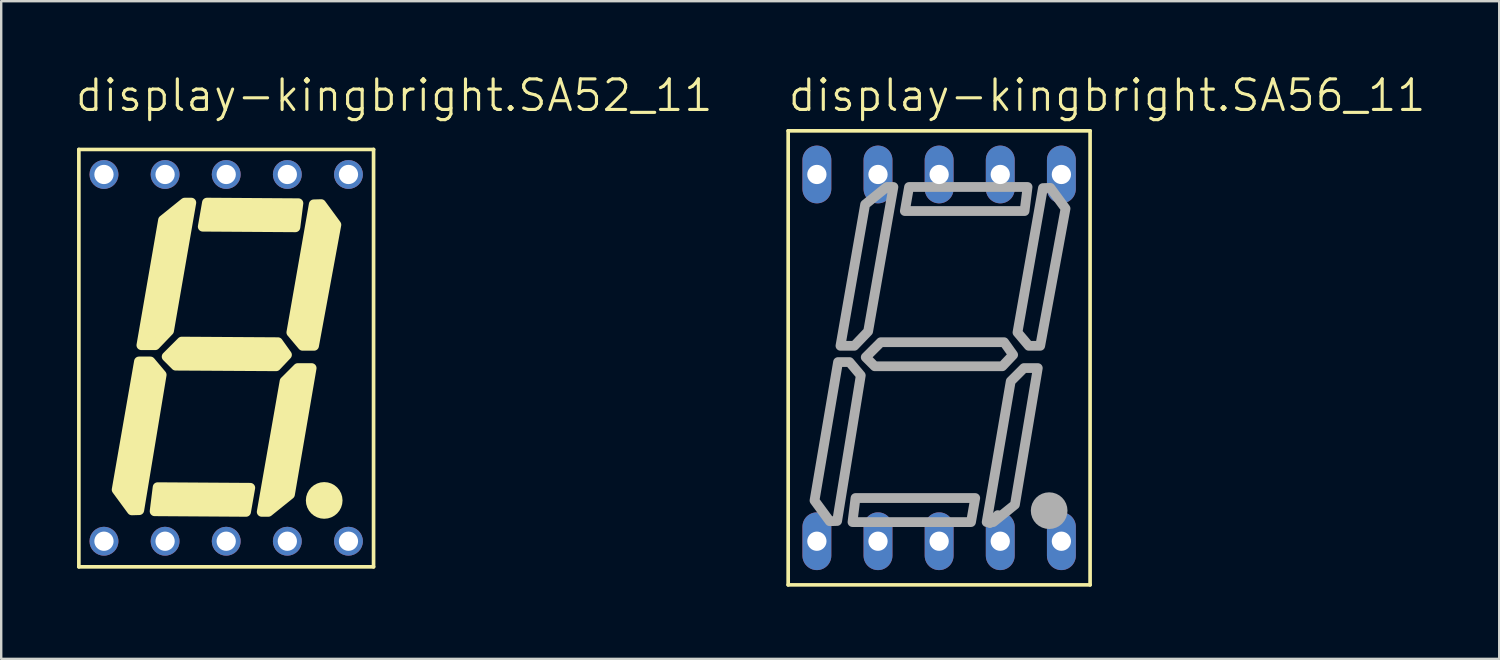
<source format=kicad_pcb>
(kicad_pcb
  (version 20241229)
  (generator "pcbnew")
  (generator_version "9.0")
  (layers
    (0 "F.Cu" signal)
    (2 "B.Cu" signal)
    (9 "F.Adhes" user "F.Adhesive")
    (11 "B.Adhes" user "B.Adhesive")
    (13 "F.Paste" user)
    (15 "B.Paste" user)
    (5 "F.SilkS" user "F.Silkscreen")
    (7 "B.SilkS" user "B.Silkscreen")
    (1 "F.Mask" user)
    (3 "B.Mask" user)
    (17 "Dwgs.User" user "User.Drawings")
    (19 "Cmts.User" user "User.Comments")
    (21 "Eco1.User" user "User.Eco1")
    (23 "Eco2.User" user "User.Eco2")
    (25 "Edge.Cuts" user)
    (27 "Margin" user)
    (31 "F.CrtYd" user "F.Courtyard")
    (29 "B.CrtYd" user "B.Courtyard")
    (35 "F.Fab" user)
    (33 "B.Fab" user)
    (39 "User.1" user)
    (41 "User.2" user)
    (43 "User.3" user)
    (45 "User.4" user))
  (footprint "display-kingbright.SA52_11"
    (layer "F.Cu")
    (at 6.35 11.82)
    (property "Reference" "display-kingbright.SA52_11" (at -6.35 -10.16 0) (layer "F.SilkS") (effects (font (size 1.27 1.27) (thickness 0.13)) (justify left bottom)))
    (attr through_hole)
    (fp_line (start -6.123 -8.659) (end -6.123 8.684) (stroke (width 0.152) (type default)) (layer "F.SilkS"))
    (fp_line (start -6.123 -8.659) (end 6.123 -8.659) (stroke (width 0.152) (type default)) (layer "F.SilkS"))
    (fp_line (start 6.123 8.684) (end -6.123 8.684) (stroke (width 0.152) (type default)) (layer "F.SilkS"))
    (fp_line (start 6.123 8.684) (end 6.123 -8.659) (stroke (width 0.152) (type default)) (layer "F.SilkS"))
    (fp_circle (center 4.072 5.925) (end 4.453 5.925) (stroke (width 0.762) (type default)) (fill no) (layer "F.SilkS"))
    (fp_poly (pts (xy -0.975 -5.45) (xy -0.8 -6.45) (xy 3 -6.425) (xy 2.875 -5.425)) (stroke (width 0.406) (type default)) (fill yes) (layer "F.SilkS"))
    (fp_poly (pts (xy 1 5.4) (xy 0.825 6.4) (xy -2.975 6.375) (xy -2.85 5.375)) (stroke (width 0.406) (type default)) (fill yes) (layer "F.SilkS"))
    (fp_poly (pts (xy -2.682 0.706) (xy -3.613 6.329) (xy -3.922 6.338) (xy -4.553 5.479) (xy -3.625 0.15) (xy -3.15 0.15)) (stroke (width 0.406) (type default)) (fill yes) (layer "F.SilkS"))
    (fp_poly (pts (xy -2.475 -0.05) (xy -1.85 -0.675) (xy 2.15 -0.65) (xy 2.525 -0.125) (xy 2.075 0.35) (xy -2.1 0.325)) (stroke (width 0.406) (type default)) (fill yes) (layer "F.SilkS"))
    (fp_poly (pts (xy -2.375 -1.125) (xy -1.45 -6.45) (xy -1.725 -6.45) (xy -2.625 -5.725) (xy -3.525 -0.525) (xy -2.95 -0.525)) (stroke (width 0.406) (type default)) (fill yes) (layer "F.SilkS"))
    (fp_poly (pts (xy 2.425 0.975) (xy 1.475 6.4) (xy 1.75 6.4) (xy 2.65 5.675) (xy 3.55 0.425) (xy 2.975 0.425)) (stroke (width 0.406) (type default)) (fill yes) (layer "F.SilkS"))
    (fp_poly (pts (xy 2.707 -1.056) (xy 3.638 -6.379) (xy 3.947 -6.388) (xy 4.578 -5.529) (xy 3.65 -0.5) (xy 3.175 -0.5)) (stroke (width 0.406) (type default)) (fill yes) (layer "F.SilkS"))
    (pad "1" thru_hole circle (at -5.08 7.62 90) (size 1.2 1.2) (drill 0.8) (layers "*.Cu" "*.Mask"))
    (pad "2" thru_hole circle (at -2.54 7.62 90) (size 1.2 1.2) (drill 0.8) (layers "*.Cu" "*.Mask"))
    (pad "3" thru_hole circle (at 0 7.62 90) (size 1.2 1.2) (drill 0.8) (layers "*.Cu" "*.Mask"))
    (pad "4" thru_hole circle (at 2.54 7.62 90) (size 1.2 1.2) (drill 0.8) (layers "*.Cu" "*.Mask"))
    (pad "5" thru_hole circle (at 5.08 7.62 90) (size 1.2 1.2) (drill 0.8) (layers "*.Cu" "*.Mask"))
    (pad "6" thru_hole circle (at 5.08 -7.62 90) (size 1.2 1.2) (drill 0.8) (layers "*.Cu" "*.Mask"))
    (pad "7" thru_hole circle (at 2.54 -7.62 90) (size 1.2 1.2) (drill 0.8) (layers "*.Cu" "*.Mask"))
    (pad "8" thru_hole circle (at 0 -7.62 90) (size 1.2 1.2) (drill 0.8) (layers "*.Cu" "*.Mask"))
    (pad "9" thru_hole circle (at -2.54 -7.62 90) (size 1.2 1.2) (drill 0.8) (layers "*.Cu" "*.Mask"))
    (pad "10" thru_hole circle (at -5.08 -7.62 90) (size 1.2 1.2) (drill 0.8) (layers "*.Cu" "*.Mask")))
  (footprint "display-kingbright.SA56_11"
    (layer "F.Cu")
    (at 35.975 11.82)
    (property "Reference" "display-kingbright.SA56_11" (at -6.35 -10.16 0) (layer "F.SilkS") (effects (font (size 1.27 1.27) (thickness 0.13)) (justify left bottom)))
    (attr through_hole)
    (fp_line (start -6.273 -9.434) (end -6.273 9.434) (stroke (width 0.152) (type default)) (layer "F.SilkS"))
    (fp_line (start -6.273 -9.434) (end 6.273 -9.434) (stroke (width 0.152) (type default)) (layer "F.SilkS"))
    (fp_line (start 6.273 9.434) (end -6.273 9.434) (stroke (width 0.152) (type default)) (layer "F.SilkS"))
    (fp_line (start 6.273 9.434) (end 6.273 -9.434) (stroke (width 0.152) (type default)) (layer "F.SilkS"))
    (fp_line (start 2.437 6.536) (end 2.107 6.866) (stroke (width 0.406) (type default)) (layer "F.Fab"))
    (fp_circle (center 4.572 6.35) (end 4.953 6.35) (stroke (width 0.762) (type default)) (fill no) (layer "F.Fab"))
    (fp_poly (pts (xy -1.425 -6.1) (xy -1.25 -7.1) (xy 3.675 -7.1) (xy 3.55 -6.1)) (stroke (width 0.406) (type default)) (fill no) (layer "F.Fab"))
    (fp_poly (pts (xy 1.5 5.825) (xy 1.325 6.825) (xy -3.6 6.825) (xy -3.475 5.825)) (stroke (width 0.406) (type default)) (fill no) (layer "F.Fab"))
    (fp_poly (pts (xy -3.256 0.731) (xy -4.238 6.779) (xy -4.547 6.788) (xy -5.178 5.929) (xy -4.2 0.175) (xy -3.725 0.175)) (stroke (width 0.406) (type default)) (fill no) (layer "F.Fab"))
    (fp_poly (pts (xy -3.05 -0.025) (xy -2.425 -0.65) (xy 2.7 -0.65) (xy 3.075 -0.125) (xy 2.625 0.35) (xy -2.675 0.35)) (stroke (width 0.406) (type default)) (fill no) (layer "F.Fab"))
    (fp_poly (pts (xy -2.95 -1.1) (xy -1.9 -7.1) (xy -2.175 -7.1) (xy -3.075 -6.375) (xy -4.1 -0.5) (xy -3.525 -0.5)) (stroke (width 0.406) (type default)) (fill no) (layer "F.Fab"))
    (fp_poly (pts (xy 2.975 0.975) (xy 1.975 6.825) (xy 2.25 6.825) (xy 3.15 6.1) (xy 4.1 0.425) (xy 3.525 0.425)) (stroke (width 0.406) (type default)) (fill no) (layer "F.Fab"))
    (fp_poly (pts (xy 3.256 -1.056) (xy 4.313 -7.054) (xy 4.622 -7.063) (xy 5.253 -6.204) (xy 4.2 -0.5) (xy 3.725 -0.5)) (stroke (width 0.406) (type default)) (fill no) (layer "F.Fab"))
    (pad "1" thru_hole oval (at -5.08 7.62 90) (size 2.4 1.2) (drill 0.8) (layers "*.Cu" "*.Mask"))
    (pad "2" thru_hole oval (at -2.54 7.62 90) (size 2.4 1.2) (drill 0.8) (layers "*.Cu" "*.Mask"))
    (pad "3" thru_hole oval (at 0 7.62 90) (size 2.4 1.2) (drill 0.8) (layers "*.Cu" "*.Mask"))
    (pad "4" thru_hole oval (at 2.54 7.62 90) (size 2.4 1.2) (drill 0.8) (layers "*.Cu" "*.Mask"))
    (pad "5" thru_hole oval (at 5.08 7.62 90) (size 2.4 1.2) (drill 0.8) (layers "*.Cu" "*.Mask"))
    (pad "6" thru_hole oval (at 5.08 -7.62 90) (size 2.4 1.2) (drill 0.8) (layers "*.Cu" "*.Mask"))
    (pad "7" thru_hole oval (at 2.54 -7.62 90) (size 2.4 1.2) (drill 0.8) (layers "*.Cu" "*.Mask"))
    (pad "8" thru_hole oval (at 0 -7.62 90) (size 2.4 1.2) (drill 0.8) (layers "*.Cu" "*.Mask"))
    (pad "9" thru_hole oval (at -2.54 -7.62 90) (size 2.4 1.2) (drill 0.8) (layers "*.Cu" "*.Mask"))
    (pad "10" thru_hole oval (at -5.08 -7.62 90) (size 2.4 1.2) (drill 0.8) (layers "*.Cu" "*.Mask")))
  (gr_rect
    (start -3 -3)
    (end 59.249 24.33)
    (stroke (width 0.1) (type default))
    (fill no)
    (layer "Edge.Cuts")))
</source>
